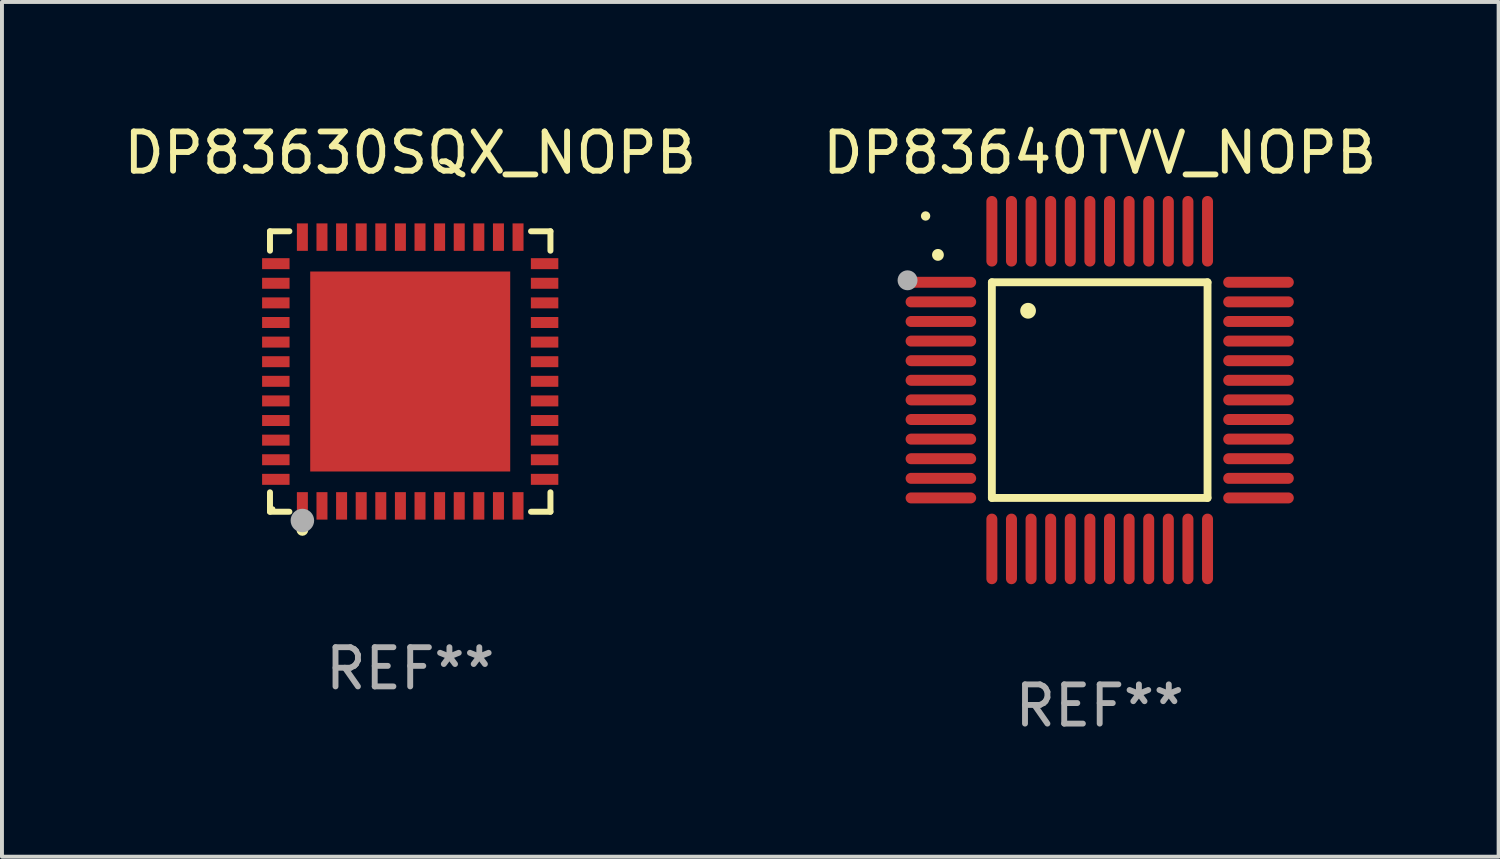
<source format=kicad_pcb>
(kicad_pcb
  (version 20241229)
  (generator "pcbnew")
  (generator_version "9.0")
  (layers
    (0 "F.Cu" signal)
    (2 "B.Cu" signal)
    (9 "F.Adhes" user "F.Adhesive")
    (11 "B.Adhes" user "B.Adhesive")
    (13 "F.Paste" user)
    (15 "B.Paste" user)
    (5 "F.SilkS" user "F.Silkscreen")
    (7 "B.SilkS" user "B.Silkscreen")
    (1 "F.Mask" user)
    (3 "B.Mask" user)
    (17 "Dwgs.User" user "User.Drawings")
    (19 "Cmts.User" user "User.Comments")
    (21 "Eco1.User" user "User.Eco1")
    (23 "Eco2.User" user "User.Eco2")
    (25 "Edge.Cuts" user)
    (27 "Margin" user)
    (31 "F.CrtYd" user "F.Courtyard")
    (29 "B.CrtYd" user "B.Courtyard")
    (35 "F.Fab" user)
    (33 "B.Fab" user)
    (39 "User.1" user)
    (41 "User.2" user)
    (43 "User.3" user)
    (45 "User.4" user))
  (footprint "DP83640TVV_NOPB"
    (layer "F.Cu")
    (at 24.994 6.898)
    (property "Reference" "DP83640TVV_NOPB" (at 0 -6.05 0) (layer "F.SilkS") (effects (font (size 1 1) (thickness 0.15))))
    (attr through_hole)
    (fp_line (start -2.75 -2.75) (end 2.75 -2.75) (stroke (width 0.2) (type solid)) (layer "F.SilkS"))
    (fp_line (start -2.75 2.75) (end -2.75 -2.75) (stroke (width 0.2) (type solid)) (layer "F.SilkS"))
    (fp_line (start 2.75 -2.75) (end 2.75 2.75) (stroke (width 0.2) (type solid)) (layer "F.SilkS"))
    (fp_line (start 2.75 2.75) (end -2.75 2.75) (stroke (width 0.2) (type solid)) (layer "F.SilkS"))
    (fp_arc (start -4.124968 -3.446787) (mid -4.124973 -3.448057) (end -4.124968 -3.449327) (stroke (width 0.3) (type solid)) (layer "F.SilkS"))
    (fp_arc (start -1.826264 -2.021844) (mid -1.826268 -2.023114) (end -1.826264 -2.024384) (stroke (width 0.4) (type solid)) (layer "F.SilkS"))
    (fp_circle (center -4.44 -4.44) (end -4.38 -4.44) (stroke (width 0.12) (type solid)) (fill no) (layer "F.SilkS"))
    (fp_circle (center -4.9 -2.8) (end -4.773 -2.8) (stroke (width 0.254) (type solid)) (fill no) (layer "F.Fab"))
    (fp_text user "REF**" (at 0 8.05 0) (layer "F.Fab") (effects (font (size 1 1) (thickness 0.15))))
    (pad "1" smd oval (at -4.05 -2.75 90) (size 0.28 1.8) (layers "F.Cu" "F.Mask" "F.Paste"))
    (pad "2" smd oval (at -4.05 -2.25 90) (size 0.28 1.8) (layers "F.Cu" "F.Mask" "F.Paste"))
    (pad "3" smd oval (at -4.05 -1.75 90) (size 0.28 1.8) (layers "F.Cu" "F.Mask" "F.Paste"))
    (pad "4" smd oval (at -4.05 -1.25 90) (size 0.28 1.8) (layers "F.Cu" "F.Mask" "F.Paste"))
    (pad "5" smd oval (at -4.05 -0.75 90) (size 0.28 1.8) (layers "F.Cu" "F.Mask" "F.Paste"))
    (pad "6" smd oval (at -4.05 -0.25 90) (size 0.28 1.8) (layers "F.Cu" "F.Mask" "F.Paste"))
    (pad "7" smd oval (at -4.05 0.25 90) (size 0.28 1.8) (layers "F.Cu" "F.Mask" "F.Paste"))
    (pad "8" smd oval (at -4.05 0.75 90) (size 0.28 1.8) (layers "F.Cu" "F.Mask" "F.Paste"))
    (pad "9" smd oval (at -4.05 1.25 90) (size 0.28 1.8) (layers "F.Cu" "F.Mask" "F.Paste"))
    (pad "10" smd oval (at -4.05 1.75 90) (size 0.28 1.8) (layers "F.Cu" "F.Mask" "F.Paste"))
    (pad "11" smd oval (at -4.05 2.25 90) (size 0.28 1.8) (layers "F.Cu" "F.Mask" "F.Paste"))
    (pad "12" smd oval (at -4.05 2.75 90) (size 0.28 1.8) (layers "F.Cu" "F.Mask" "F.Paste"))
    (pad "13" smd oval (at -2.75 4.05) (size 0.28 1.8) (layers "F.Cu" "F.Mask" "F.Paste"))
    (pad "14" smd oval (at -2.25 4.05) (size 0.28 1.8) (layers "F.Cu" "F.Mask" "F.Paste"))
    (pad "15" smd oval (at -1.75 4.05) (size 0.28 1.8) (layers "F.Cu" "F.Mask" "F.Paste"))
    (pad "16" smd oval (at -1.25 4.05) (size 0.28 1.8) (layers "F.Cu" "F.Mask" "F.Paste"))
    (pad "17" smd oval (at -0.75 4.05) (size 0.28 1.8) (layers "F.Cu" "F.Mask" "F.Paste"))
    (pad "18" smd oval (at -0.25 4.05) (size 0.28 1.8) (layers "F.Cu" "F.Mask" "F.Paste"))
    (pad "19" smd oval (at 0.25 4.05) (size 0.28 1.8) (layers "F.Cu" "F.Mask" "F.Paste"))
    (pad "20" smd oval (at 0.75 4.05) (size 0.28 1.8) (layers "F.Cu" "F.Mask" "F.Paste"))
    (pad "21" smd oval (at 1.25 4.05) (size 0.28 1.8) (layers "F.Cu" "F.Mask" "F.Paste"))
    (pad "22" smd oval (at 1.75 4.05) (size 0.28 1.8) (layers "F.Cu" "F.Mask" "F.Paste"))
    (pad "23" smd oval (at 2.25 4.05) (size 0.28 1.8) (layers "F.Cu" "F.Mask" "F.Paste"))
    (pad "24" smd oval (at 2.75 4.05) (size 0.28 1.8) (layers "F.Cu" "F.Mask" "F.Paste"))
    (pad "25" smd oval (at 4.05 2.75 90) (size 0.28 1.8) (layers "F.Cu" "F.Mask" "F.Paste"))
    (pad "26" smd oval (at 4.05 2.25 90) (size 0.28 1.8) (layers "F.Cu" "F.Mask" "F.Paste"))
    (pad "27" smd oval (at 4.05 1.75 90) (size 0.28 1.8) (layers "F.Cu" "F.Mask" "F.Paste"))
    (pad "28" smd oval (at 4.05 1.25 90) (size 0.28 1.8) (layers "F.Cu" "F.Mask" "F.Paste"))
    (pad "29" smd oval (at 4.05 0.75 90) (size 0.28 1.8) (layers "F.Cu" "F.Mask" "F.Paste"))
    (pad "30" smd oval (at 4.05 0.25 90) (size 0.28 1.8) (layers "F.Cu" "F.Mask" "F.Paste"))
    (pad "31" smd oval (at 4.05 -0.25 90) (size 0.28 1.8) (layers "F.Cu" "F.Mask" "F.Paste"))
    (pad "32" smd oval (at 4.05 -0.75 90) (size 0.28 1.8) (layers "F.Cu" "F.Mask" "F.Paste"))
    (pad "33" smd oval (at 4.05 -1.25 90) (size 0.28 1.8) (layers "F.Cu" "F.Mask" "F.Paste"))
    (pad "34" smd oval (at 4.05 -1.75 90) (size 0.28 1.8) (layers "F.Cu" "F.Mask" "F.Paste"))
    (pad "35" smd oval (at 4.05 -2.25 90) (size 0.28 1.8) (layers "F.Cu" "F.Mask" "F.Paste"))
    (pad "36" smd oval (at 4.05 -2.75 90) (size 0.28 1.8) (layers "F.Cu" "F.Mask" "F.Paste"))
    (pad "37" smd oval (at 2.75 -4.05) (size 0.28 1.8) (layers "F.Cu" "F.Mask" "F.Paste"))
    (pad "38" smd oval (at 2.25 -4.05) (size 0.28 1.8) (layers "F.Cu" "F.Mask" "F.Paste"))
    (pad "39" smd oval (at 1.75 -4.05) (size 0.28 1.8) (layers "F.Cu" "F.Mask" "F.Paste"))
    (pad "40" smd oval (at 1.25 -4.05) (size 0.28 1.8) (layers "F.Cu" "F.Mask" "F.Paste"))
    (pad "41" smd oval (at 0.75 -4.05) (size 0.28 1.8) (layers "F.Cu" "F.Mask" "F.Paste"))
    (pad "42" smd oval (at 0.25 -4.05) (size 0.28 1.8) (layers "F.Cu" "F.Mask" "F.Paste"))
    (pad "43" smd oval (at -0.25 -4.05) (size 0.28 1.8) (layers "F.Cu" "F.Mask" "F.Paste"))
    (pad "44" smd oval (at -0.75 -4.05) (size 0.28 1.8) (layers "F.Cu" "F.Mask" "F.Paste"))
    (pad "45" smd oval (at -1.25 -4.05) (size 0.28 1.8) (layers "F.Cu" "F.Mask" "F.Paste"))
    (pad "46" smd oval (at -1.75 -4.05) (size 0.28 1.8) (layers "F.Cu" "F.Mask" "F.Paste"))
    (pad "47" smd oval (at -2.25 -4.05) (size 0.28 1.8) (layers "F.Cu" "F.Mask" "F.Paste"))
    (pad "48" smd oval (at -2.75 -4.05) (size 0.28 1.8) (layers "F.Cu" "F.Mask" "F.Paste")))
  (footprint "DP83630SQX_NOPB"
    (layer "F.Cu")
    (at 7.411 6.424)
    (property "Reference" "DP83630SQX_NOPB" (at 0 -5.576 0) (layer "F.SilkS") (effects (font (size 1 1) (thickness 0.15))))
    (attr through_hole)
    (fp_line (start -3.576 -3.576) (end -3.081 -3.576) (stroke (width 0.152) (type solid)) (layer "F.SilkS"))
    (fp_line (start -3.576 -3.081) (end -3.576 -3.576) (stroke (width 0.152) (type solid)) (layer "F.SilkS"))
    (fp_line (start -3.576 3.081) (end -3.576 3.576) (stroke (width 0.152) (type solid)) (layer "F.SilkS"))
    (fp_line (start -3.576 3.576) (end -3.081 3.576) (stroke (width 0.152) (type solid)) (layer "F.SilkS"))
    (fp_line (start 3.576 -3.576) (end 3.081 -3.576) (stroke (width 0.152) (type solid)) (layer "F.SilkS"))
    (fp_line (start 3.576 -3.081) (end 3.576 -3.576) (stroke (width 0.152) (type solid)) (layer "F.SilkS"))
    (fp_line (start 3.576 3.081) (end 3.576 3.576) (stroke (width 0.152) (type solid)) (layer "F.SilkS"))
    (fp_line (start 3.576 3.576) (end 3.081 3.576) (stroke (width 0.152) (type solid)) (layer "F.SilkS"))
    (fp_circle (center -3.5 3.5) (end -3.47 3.5) (stroke (width 0.06) (type solid)) (fill no) (layer "F.SilkS"))
    (fp_circle (center -2.75 4.04) (end -2.675 4.04) (stroke (width 0.15) (type solid)) (fill no) (layer "F.SilkS"))
    (fp_circle (center -2.75 3.8) (end -2.6 3.8) (stroke (width 0.3) (type solid)) (fill no) (layer "F.Fab"))
    (fp_text user "REF**" (at 0 7.576 0) (layer "F.Fab") (effects (font (size 1 1) (thickness 0.15))))
    (pad "1" smd rect (at -2.75 3.427) (size 0.28 0.7) (layers "F.Cu" "F.Mask" "F.Paste"))
    (pad "2" smd rect (at -2.25 3.427) (size 0.28 0.7) (layers "F.Cu" "F.Mask" "F.Paste"))
    (pad "3" smd rect (at -1.75 3.427) (size 0.28 0.7) (layers "F.Cu" "F.Mask" "F.Paste"))
    (pad "4" smd rect (at -1.25 3.427) (size 0.28 0.7) (layers "F.Cu" "F.Mask" "F.Paste"))
    (pad "5" smd rect (at -0.75 3.427) (size 0.28 0.7) (layers "F.Cu" "F.Mask" "F.Paste"))
    (pad "6" smd rect (at -0.25 3.427) (size 0.28 0.7) (layers "F.Cu" "F.Mask" "F.Paste"))
    (pad "7" smd rect (at 0.25 3.427) (size 0.28 0.7) (layers "F.Cu" "F.Mask" "F.Paste"))
    (pad "8" smd rect (at 0.75 3.427) (size 0.28 0.7) (layers "F.Cu" "F.Mask" "F.Paste"))
    (pad "9" smd rect (at 1.25 3.427) (size 0.28 0.7) (layers "F.Cu" "F.Mask" "F.Paste"))
    (pad "10" smd rect (at 1.75 3.427) (size 0.28 0.7) (layers "F.Cu" "F.Mask" "F.Paste"))
    (pad "11" smd rect (at 2.25 3.427) (size 0.28 0.7) (layers "F.Cu" "F.Mask" "F.Paste"))
    (pad "12" smd rect (at 2.75 3.427) (size 0.28 0.7) (layers "F.Cu" "F.Mask" "F.Paste"))
    (pad "13" smd rect (at 3.427 2.75) (size 0.7 0.28) (layers "F.Cu" "F.Mask" "F.Paste"))
    (pad "14" smd rect (at 3.427 2.25) (size 0.7 0.28) (layers "F.Cu" "F.Mask" "F.Paste"))
    (pad "15" smd rect (at 3.427 1.75) (size 0.7 0.28) (layers "F.Cu" "F.Mask" "F.Paste"))
    (pad "16" smd rect (at 3.427 1.25) (size 0.7 0.28) (layers "F.Cu" "F.Mask" "F.Paste"))
    (pad "17" smd rect (at 3.427 0.75) (size 0.7 0.28) (layers "F.Cu" "F.Mask" "F.Paste"))
    (pad "18" smd rect (at 3.427 0.25) (size 0.7 0.28) (layers "F.Cu" "F.Mask" "F.Paste"))
    (pad "19" smd rect (at 3.427 -0.25) (size 0.7 0.28) (layers "F.Cu" "F.Mask" "F.Paste"))
    (pad "20" smd rect (at 3.427 -0.75) (size 0.7 0.28) (layers "F.Cu" "F.Mask" "F.Paste"))
    (pad "21" smd rect (at 3.427 -1.25) (size 0.7 0.28) (layers "F.Cu" "F.Mask" "F.Paste"))
    (pad "22" smd rect (at 3.427 -1.75) (size 0.7 0.28) (layers "F.Cu" "F.Mask" "F.Paste"))
    (pad "23" smd rect (at 3.427 -2.25) (size 0.7 0.28) (layers "F.Cu" "F.Mask" "F.Paste"))
    (pad "24" smd rect (at 3.427 -2.75) (size 0.7 0.28) (layers "F.Cu" "F.Mask" "F.Paste"))
    (pad "25" smd rect (at 2.75 -3.427) (size 0.28 0.7) (layers "F.Cu" "F.Mask" "F.Paste"))
    (pad "26" smd rect (at 2.25 -3.427) (size 0.28 0.7) (layers "F.Cu" "F.Mask" "F.Paste"))
    (pad "27" smd rect (at 1.75 -3.427) (size 0.28 0.7) (layers "F.Cu" "F.Mask" "F.Paste"))
    (pad "28" smd rect (at 1.25 -3.427) (size 0.28 0.7) (layers "F.Cu" "F.Mask" "F.Paste"))
    (pad "29" smd rect (at 0.75 -3.427) (size 0.28 0.7) (layers "F.Cu" "F.Mask" "F.Paste"))
    (pad "30" smd rect (at 0.25 -3.427) (size 0.28 0.7) (layers "F.Cu" "F.Mask" "F.Paste"))
    (pad "31" smd rect (at -0.25 -3.427) (size 0.28 0.7) (layers "F.Cu" "F.Mask" "F.Paste"))
    (pad "32" smd rect (at -0.75 -3.427) (size 0.28 0.7) (layers "F.Cu" "F.Mask" "F.Paste"))
    (pad "33" smd rect (at -1.25 -3.427) (size 0.28 0.7) (layers "F.Cu" "F.Mask" "F.Paste"))
    (pad "34" smd rect (at -1.75 -3.427) (size 0.28 0.7) (layers "F.Cu" "F.Mask" "F.Paste"))
    (pad "35" smd rect (at -2.25 -3.427) (size 0.28 0.7) (layers "F.Cu" "F.Mask" "F.Paste"))
    (pad "36" smd rect (at -2.75 -3.427) (size 0.28 0.7) (layers "F.Cu" "F.Mask" "F.Paste"))
    (pad "37" smd rect (at -3.427 -2.75) (size 0.7 0.28) (layers "F.Cu" "F.Mask" "F.Paste"))
    (pad "38" smd rect (at -3.427 -2.25) (size 0.7 0.28) (layers "F.Cu" "F.Mask" "F.Paste"))
    (pad "39" smd rect (at -3.427 -1.75) (size 0.7 0.28) (layers "F.Cu" "F.Mask" "F.Paste"))
    (pad "40" smd rect (at -3.427 -1.25) (size 0.7 0.28) (layers "F.Cu" "F.Mask" "F.Paste"))
    (pad "41" smd rect (at -3.427 -0.75) (size 0.7 0.28) (layers "F.Cu" "F.Mask" "F.Paste"))
    (pad "42" smd rect (at -3.427 -0.25) (size 0.7 0.28) (layers "F.Cu" "F.Mask" "F.Paste"))
    (pad "43" smd rect (at -3.427 0.25) (size 0.7 0.28) (layers "F.Cu" "F.Mask" "F.Paste"))
    (pad "44" smd rect (at -3.427 0.75) (size 0.7 0.28) (layers "F.Cu" "F.Mask" "F.Paste"))
    (pad "45" smd rect (at -3.427 1.25) (size 0.7 0.28) (layers "F.Cu" "F.Mask" "F.Paste"))
    (pad "46" smd rect (at -3.427 1.75) (size 0.7 0.28) (layers "F.Cu" "F.Mask" "F.Paste"))
    (pad "47" smd rect (at -3.427 2.25) (size 0.7 0.28) (layers "F.Cu" "F.Mask" "F.Paste"))
    (pad "48" smd rect (at -3.427 2.75) (size 0.7 0.28) (layers "F.Cu" "F.Mask" "F.Paste"))
    (pad "49" smd rect (at 0 0) (size 5.1 5.1) (layers "F.Cu" "F.Mask" "F.Paste")))
  (gr_rect
    (start -3 -3)
    (end 35.167 18.797)
    (stroke (width 0.1) (type default))
    (fill no)
    (layer "Edge.Cuts")))
</source>
